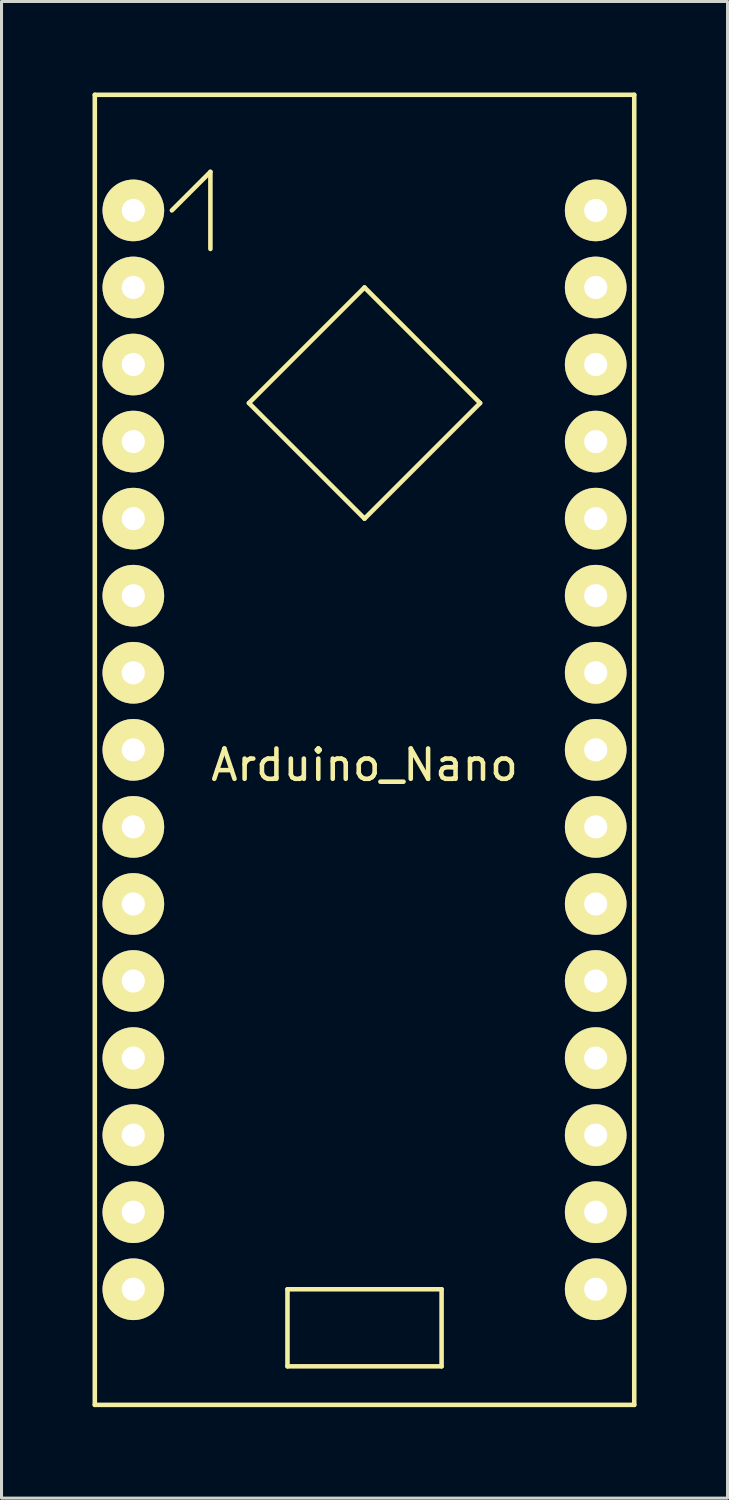
<source format=kicad_pcb>
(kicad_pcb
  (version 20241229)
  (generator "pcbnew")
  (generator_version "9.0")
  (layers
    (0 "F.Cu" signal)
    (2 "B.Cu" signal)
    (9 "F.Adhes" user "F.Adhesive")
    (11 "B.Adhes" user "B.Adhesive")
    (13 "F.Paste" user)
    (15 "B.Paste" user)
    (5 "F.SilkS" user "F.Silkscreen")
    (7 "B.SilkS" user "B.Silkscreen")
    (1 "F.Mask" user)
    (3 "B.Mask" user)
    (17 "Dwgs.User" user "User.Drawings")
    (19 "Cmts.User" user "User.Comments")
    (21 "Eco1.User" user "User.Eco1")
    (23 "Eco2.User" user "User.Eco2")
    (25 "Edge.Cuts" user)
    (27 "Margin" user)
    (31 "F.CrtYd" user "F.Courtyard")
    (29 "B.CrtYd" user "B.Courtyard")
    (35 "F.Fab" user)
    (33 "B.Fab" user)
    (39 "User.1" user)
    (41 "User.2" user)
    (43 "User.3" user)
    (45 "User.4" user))
  (footprint "Arduino_Nano"
    (layer "F.Cu")
    (at 8.965 21.665)
    (property "Reference" "Arduino_Nano" (at 0 0.5 0) (layer "F.SilkS") (effects (font (size 1 1) (thickness 0.15))))
    (attr through_hole)
    (fp_line (start -8.89 -21.59) (end 8.89 -21.59) (stroke (width 0.15) (type solid)) (layer "F.SilkS"))
    (fp_line (start -8.89 21.59) (end -8.89 -21.59) (stroke (width 0.15) (type solid)) (layer "F.SilkS"))
    (fp_line (start -6.35 -17.78) (end -5.08 -19.05) (stroke (width 0.15) (type solid)) (layer "F.SilkS"))
    (fp_line (start -5.08 -19.05) (end -5.08 -16.51) (stroke (width 0.15) (type solid)) (layer "F.SilkS"))
    (fp_line (start -3.81 -11.43) (end 0 -7.62) (stroke (width 0.15) (type solid)) (layer "F.SilkS"))
    (fp_line (start -2.54 17.78) (end -2.54 20.32) (stroke (width 0.15) (type solid)) (layer "F.SilkS"))
    (fp_line (start -2.54 20.32) (end 2.54 20.32) (stroke (width 0.15) (type solid)) (layer "F.SilkS"))
    (fp_line (start 0 -15.24) (end -3.81 -11.43) (stroke (width 0.15) (type solid)) (layer "F.SilkS"))
    (fp_line (start 0 -7.62) (end 3.81 -11.43) (stroke (width 0.15) (type solid)) (layer "F.SilkS"))
    (fp_line (start 2.54 17.78) (end -2.54 17.78) (stroke (width 0.15) (type solid)) (layer "F.SilkS"))
    (fp_line (start 2.54 20.32) (end 2.54 17.78) (stroke (width 0.15) (type solid)) (layer "F.SilkS"))
    (fp_line (start 3.81 -11.43) (end 0 -15.24) (stroke (width 0.15) (type solid)) (layer "F.SilkS"))
    (fp_line (start 8.89 -21.59) (end 8.89 21.59) (stroke (width 0.15) (type solid)) (layer "F.SilkS"))
    (fp_line (start 8.89 21.59) (end -8.89 21.59) (stroke (width 0.15) (type solid)) (layer "F.SilkS"))
    (pad "1" thru_hole circle (at -7.62 -17.78) (size 2.032 2.032) (drill 0.762) (layers "*.Cu" "*.Mask" "F.SilkS"))
    (pad "2" thru_hole circle (at -7.62 -15.24) (size 2.032 2.032) (drill 0.762) (layers "*.Cu" "*.Mask" "F.SilkS"))
    (pad "3" thru_hole circle (at -7.62 -12.7) (size 2.032 2.032) (drill 0.762) (layers "*.Cu" "*.Mask" "F.SilkS"))
    (pad "4" thru_hole circle (at -7.62 -10.16) (size 2.032 2.032) (drill 0.762) (layers "*.Cu" "*.Mask" "F.SilkS"))
    (pad "5" thru_hole circle (at -7.62 -7.62) (size 2.032 2.032) (drill 0.762) (layers "*.Cu" "*.Mask" "F.SilkS"))
    (pad "6" thru_hole circle (at -7.62 -5.08) (size 2.032 2.032) (drill 0.762) (layers "*.Cu" "*.Mask" "F.SilkS"))
    (pad "7" thru_hole circle (at -7.62 -2.54) (size 2.032 2.032) (drill 0.762) (layers "*.Cu" "*.Mask" "F.SilkS"))
    (pad "8" thru_hole circle (at -7.62 0) (size 2.032 2.032) (drill 0.762) (layers "*.Cu" "*.Mask" "F.SilkS"))
    (pad "9" thru_hole circle (at -7.62 2.54) (size 2.032 2.032) (drill 0.762) (layers "*.Cu" "*.Mask" "F.SilkS"))
    (pad "10" thru_hole circle (at -7.62 5.08) (size 2.032 2.032) (drill 0.762) (layers "*.Cu" "*.Mask" "F.SilkS"))
    (pad "11" thru_hole circle (at -7.62 7.62) (size 2.032 2.032) (drill 0.762) (layers "*.Cu" "*.Mask" "F.SilkS"))
    (pad "12" thru_hole circle (at -7.62 10.16) (size 2.032 2.032) (drill 0.762) (layers "*.Cu" "*.Mask" "F.SilkS"))
    (pad "13" thru_hole circle (at -7.62 12.7) (size 2.032 2.032) (drill 0.762) (layers "*.Cu" "*.Mask" "F.SilkS"))
    (pad "14" thru_hole circle (at -7.62 15.24) (size 2.032 2.032) (drill 0.762) (layers "*.Cu" "*.Mask" "F.SilkS"))
    (pad "15" thru_hole circle (at -7.62 17.78) (size 2.032 2.032) (drill 0.762) (layers "*.Cu" "*.Mask" "F.SilkS"))
    (pad "16" thru_hole circle (at 7.62 17.78) (size 2.032 2.032) (drill 0.762) (layers "*.Cu" "*.Mask" "F.SilkS"))
    (pad "17" thru_hole circle (at 7.62 15.24) (size 2.032 2.032) (drill 0.762) (layers "*.Cu" "*.Mask" "F.SilkS"))
    (pad "18" thru_hole circle (at 7.62 12.7) (size 2.032 2.032) (drill 0.762) (layers "*.Cu" "*.Mask" "F.SilkS"))
    (pad "19" thru_hole circle (at 7.62 10.16) (size 2.032 2.032) (drill 0.762) (layers "*.Cu" "*.Mask" "F.SilkS"))
    (pad "20" thru_hole circle (at 7.62 7.62) (size 2.032 2.032) (drill 0.762) (layers "*.Cu" "*.Mask" "F.SilkS"))
    (pad "21" thru_hole circle (at 7.62 5.08) (size 2.032 2.032) (drill 0.762) (layers "*.Cu" "*.Mask" "F.SilkS"))
    (pad "22" thru_hole circle (at 7.62 2.54) (size 2.032 2.032) (drill 0.762) (layers "*.Cu" "*.Mask" "F.SilkS"))
    (pad "23" thru_hole circle (at 7.62 0) (size 2.032 2.032) (drill 0.762) (layers "*.Cu" "*.Mask" "F.SilkS"))
    (pad "24" thru_hole circle (at 7.62 -2.54) (size 2.032 2.032) (drill 0.762) (layers "*.Cu" "*.Mask" "F.SilkS"))
    (pad "25" thru_hole circle (at 7.62 -5.08) (size 2.032 2.032) (drill 0.762) (layers "*.Cu" "*.Mask" "F.SilkS"))
    (pad "26" thru_hole circle (at 7.62 -7.62) (size 2.032 2.032) (drill 0.762) (layers "*.Cu" "*.Mask" "F.SilkS"))
    (pad "27" thru_hole circle (at 7.62 -10.16) (size 2.032 2.032) (drill 0.762) (layers "*.Cu" "*.Mask" "F.SilkS"))
    (pad "28" thru_hole circle (at 7.62 -12.7) (size 2.032 2.032) (drill 0.762) (layers "*.Cu" "*.Mask" "F.SilkS"))
    (pad "29" thru_hole circle (at 7.62 -15.24) (size 2.032 2.032) (drill 0.762) (layers "*.Cu" "*.Mask" "F.SilkS"))
    (pad "30" thru_hole circle (at 7.62 -17.78) (size 2.032 2.032) (drill 0.762) (layers "*.Cu" "*.Mask" "F.SilkS")))
  (gr_rect
    (start -3 -3)
    (end 20.93 46.33)
    (stroke (width 0.1) (type default))
    (fill no)
    (layer "Edge.Cuts")))
</source>
